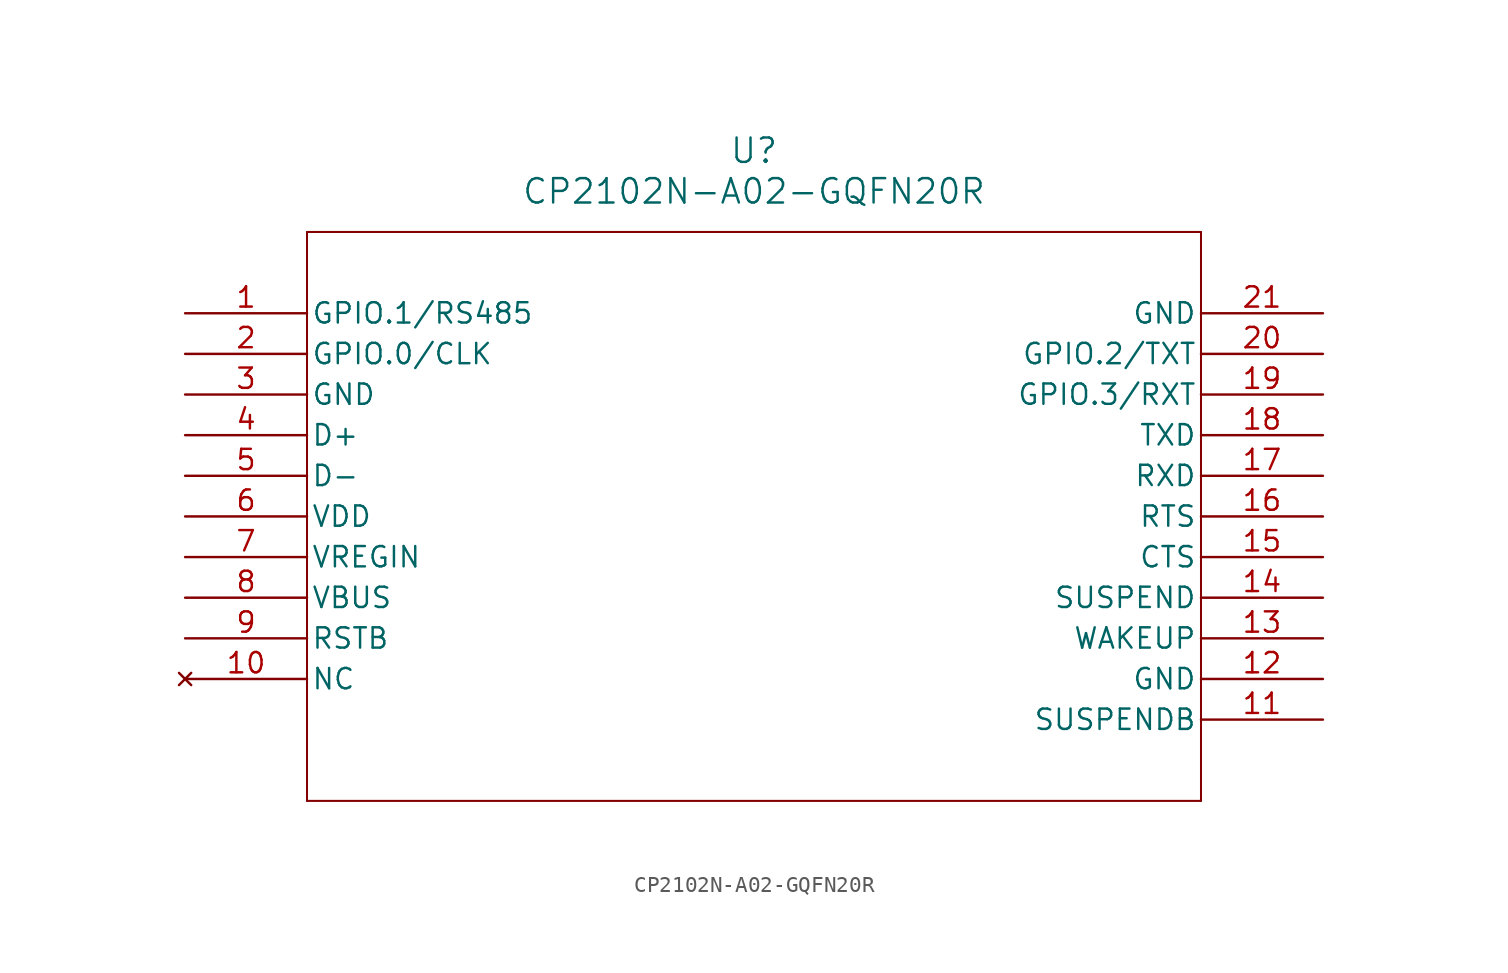
<source format=kicad_sym>
(kicad_symbol_lib
  (version 20211014)
  (generator kicad_symbol_editor)
  (symbol "CP2102N-A02-GQFN20R"
    (pin_names
      (offset 0.254))
    (property "Reference" "U"
      (at 35.56 10.16 0)
      (effects (font (size 1.524 1.524))))
    (property "Value" "CP2102N-A02-GQFN20R"
      (at 35.56 7.62 0)
      (effects (font (size 1.524 1.524))))
    (symbol "CP2102N-A02-GQFN20R_0_1"
      (polyline (pts (xy 7.62 5.08) (xy 7.62 -30.48)) (stroke (width 0.127) (type default) (color 0 0 0 0)) (fill (type none)))
      (polyline (pts (xy 7.62 -30.48) (xy 63.5 -30.48)) (stroke (width 0.127) (type default) (color 0 0 0 0)) (fill (type none)))
      (polyline (pts (xy 63.5 -30.48) (xy 63.5 5.08)) (stroke (width 0.127) (type default) (color 0 0 0 0)) (fill (type none)))
      (polyline (pts (xy 63.5 5.08) (xy 7.62 5.08)) (stroke (width 0.127) (type default) (color 0 0 0 0)) (fill (type none)))
      (pin bidirectional line (at 0 0 0) (length 7.62) (name "GPIO.1/RS485" (effects (font (size 1.27 1.27)))) (number "1" (effects (font (size 1.27 1.27)))))
      (pin bidirectional line (at 0 -2.54 0) (length 7.62) (name "GPIO.0/CLK" (effects (font (size 1.27 1.27)))) (number "2" (effects (font (size 1.27 1.27)))))
      (pin power_out line (at 0 -5.08 0) (length 7.62) (name "GND" (effects (font (size 1.27 1.27)))) (number "3" (effects (font (size 1.27 1.27)))))
      (pin bidirectional line (at 0 -7.62 0) (length 7.62) (name "D+" (effects (font (size 1.27 1.27)))) (number "4" (effects (font (size 1.27 1.27)))))
      (pin bidirectional line (at 0 -10.16 0) (length 7.62) (name "D-" (effects (font (size 1.27 1.27)))) (number "5" (effects (font (size 1.27 1.27)))))
      (pin power_in line (at 0 -12.7 0) (length 7.62) (name "VDD" (effects (font (size 1.27 1.27)))) (number "6" (effects (font (size 1.27 1.27)))))
      (pin power_in line (at 0 -15.24 0) (length 7.62) (name "VREGIN" (effects (font (size 1.27 1.27)))) (number "7" (effects (font (size 1.27 1.27)))))
      (pin input line (at 0 -17.78 0) (length 7.62) (name "VBUS" (effects (font (size 1.27 1.27)))) (number "8" (effects (font (size 1.27 1.27)))))
      (pin input line (at 0 -20.32 0) (length 7.62) (name "RSTB" (effects (font (size 1.27 1.27)))) (number "9" (effects (font (size 1.27 1.27)))))
      (pin no_connect line (at 0 -22.86 0) (length 7.62) (name "NC" (effects (font (size 1.27 1.27)))) (number "10" (effects (font (size 1.27 1.27)))))
      (pin output line (at 71.12 -25.4 180) (length 7.62) (name "SUSPENDB" (effects (font (size 1.27 1.27)))) (number "11" (effects (font (size 1.27 1.27)))))
      (pin power_out line (at 71.12 -22.86 180) (length 7.62) (name "GND" (effects (font (size 1.27 1.27)))) (number "12" (effects (font (size 1.27 1.27)))))
      (pin input line (at 71.12 -20.32 180) (length 7.62) (name "WAKEUP" (effects (font (size 1.27 1.27)))) (number "13" (effects (font (size 1.27 1.27)))))
      (pin output line (at 71.12 -17.78 180) (length 7.62) (name "SUSPEND" (effects (font (size 1.27 1.27)))) (number "14" (effects (font (size 1.27 1.27)))))
      (pin input line (at 71.12 -15.24 180) (length 7.62) (name "CTS" (effects (font (size 1.27 1.27)))) (number "15" (effects (font (size 1.27 1.27)))))
      (pin output line (at 71.12 -12.7 180) (length 7.62) (name "RTS" (effects (font (size 1.27 1.27)))) (number "16" (effects (font (size 1.27 1.27)))))
      (pin input line (at 71.12 -10.16 180) (length 7.62) (name "RXD" (effects (font (size 1.27 1.27)))) (number "17" (effects (font (size 1.27 1.27)))))
      (pin output line (at 71.12 -7.62 180) (length 7.62) (name "TXD" (effects (font (size 1.27 1.27)))) (number "18" (effects (font (size 1.27 1.27)))))
      (pin bidirectional line (at 71.12 -5.08 180) (length 7.62) (name "GPIO.3/RXT" (effects (font (size 1.27 1.27)))) (number "19" (effects (font (size 1.27 1.27)))))
      (pin bidirectional line (at 71.12 -2.54 180) (length 7.62) (name "GPIO.2/TXT" (effects (font (size 1.27 1.27)))) (number "20" (effects (font (size 1.27 1.27)))))
      (pin power_out line (at 71.12 0 180) (length 7.62) (name "GND" (effects (font (size 1.27 1.27)))) (number "21" (effects (font (size 1.27 1.27))))))))
</source>
